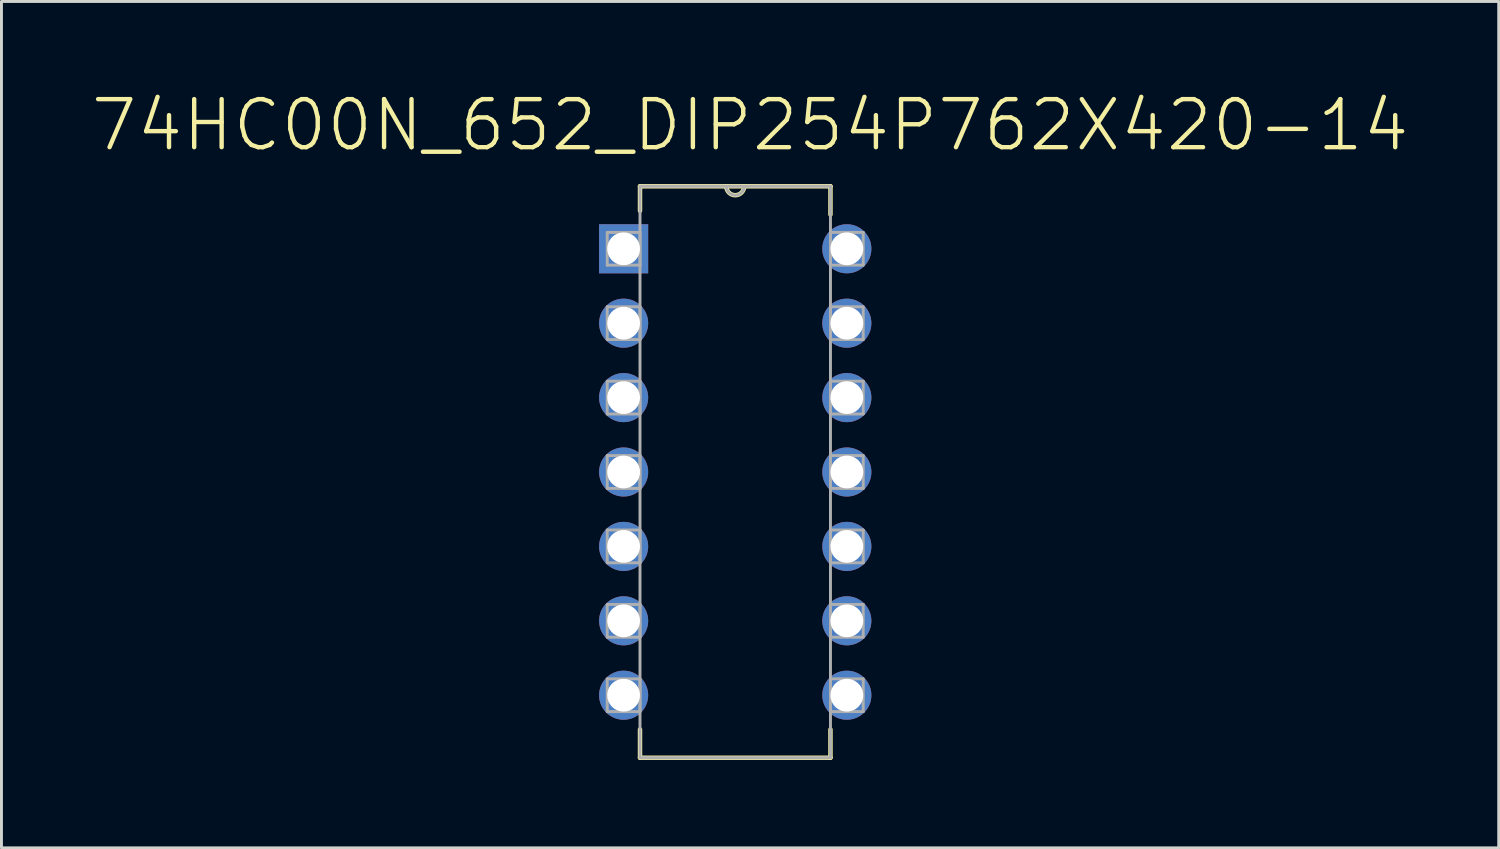
<source format=kicad_pcb>
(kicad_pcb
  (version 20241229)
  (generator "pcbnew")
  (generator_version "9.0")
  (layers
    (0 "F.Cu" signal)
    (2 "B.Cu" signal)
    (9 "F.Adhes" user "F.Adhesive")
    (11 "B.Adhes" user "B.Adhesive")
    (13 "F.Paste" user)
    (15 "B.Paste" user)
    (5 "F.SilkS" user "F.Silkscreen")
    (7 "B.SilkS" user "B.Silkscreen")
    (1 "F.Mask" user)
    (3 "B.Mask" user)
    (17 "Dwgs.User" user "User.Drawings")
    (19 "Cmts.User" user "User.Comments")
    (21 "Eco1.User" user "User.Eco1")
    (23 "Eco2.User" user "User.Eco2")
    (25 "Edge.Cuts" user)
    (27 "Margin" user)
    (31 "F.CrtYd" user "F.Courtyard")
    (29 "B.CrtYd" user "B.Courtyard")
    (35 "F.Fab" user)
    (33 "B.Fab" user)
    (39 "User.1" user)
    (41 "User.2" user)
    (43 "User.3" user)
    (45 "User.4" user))
  (footprint "74HC00N_652_DIP254P762X420-14"
    (layer "F.Cu")
    (at 25.859 20.683)
    (property "Reference" "74HC00N_652_DIP254P762X420-14" (at -3.303 -19.46 0) (layer "F.SilkS") (effects (font (size 1.64 1.64) (thickness 0.15))))
    (attr through_hole)
    (fp_line (start -7.061 -17.374) (end -7.061 -16.535) (stroke (width 0.152) (type solid)) (layer "F.SilkS"))
    (fp_line (start -7.061 1.168) (end -7.061 2.134) (stroke (width 0.152) (type solid)) (layer "F.SilkS"))
    (fp_line (start -7.061 2.134) (end -0.559 2.134) (stroke (width 0.152) (type solid)) (layer "F.SilkS"))
    (fp_line (start -4.115 -17.374) (end -7.061 -17.374) (stroke (width 0.152) (type solid)) (layer "F.SilkS"))
    (fp_line (start -3.505 -17.374) (end -4.115 -17.374) (stroke (width 0.152) (type solid)) (layer "F.SilkS"))
    (fp_line (start -0.559 -17.374) (end -3.505 -17.374) (stroke (width 0.152) (type solid)) (layer "F.SilkS"))
    (fp_line (start -0.559 -16.408) (end -0.559 -17.374) (stroke (width 0.152) (type solid)) (layer "F.SilkS"))
    (fp_line (start -0.559 2.134) (end -0.559 1.168) (stroke (width 0.152) (type solid)) (layer "F.SilkS"))
    (fp_arc (start -3.5052 -17.3736) (mid -3.81 -17.0688) (end -4.1148 -17.3736) (stroke (width 0.1524) (type solid)) (layer "F.SilkS"))
    (fp_line (start -8.179 -15.799) (end -8.179 -14.681) (stroke (width 0.1) (type solid)) (layer "F.Fab"))
    (fp_line (start -8.179 -14.681) (end -7.061 -14.681) (stroke (width 0.1) (type solid)) (layer "F.Fab"))
    (fp_line (start -8.179 -13.259) (end -8.179 -12.141) (stroke (width 0.1) (type solid)) (layer "F.Fab"))
    (fp_line (start -8.179 -12.141) (end -7.061 -12.141) (stroke (width 0.1) (type solid)) (layer "F.Fab"))
    (fp_line (start -8.179 -10.719) (end -8.179 -9.601) (stroke (width 0.1) (type solid)) (layer "F.Fab"))
    (fp_line (start -8.179 -9.601) (end -7.061 -9.601) (stroke (width 0.1) (type solid)) (layer "F.Fab"))
    (fp_line (start -8.179 -8.179) (end -8.179 -7.061) (stroke (width 0.1) (type solid)) (layer "F.Fab"))
    (fp_line (start -8.179 -7.061) (end -7.061 -7.061) (stroke (width 0.1) (type solid)) (layer "F.Fab"))
    (fp_line (start -8.179 -5.639) (end -8.179 -4.521) (stroke (width 0.1) (type solid)) (layer "F.Fab"))
    (fp_line (start -8.179 -4.521) (end -7.061 -4.521) (stroke (width 0.1) (type solid)) (layer "F.Fab"))
    (fp_line (start -8.179 -3.099) (end -8.179 -1.981) (stroke (width 0.1) (type solid)) (layer "F.Fab"))
    (fp_line (start -8.179 -1.981) (end -7.061 -1.981) (stroke (width 0.1) (type solid)) (layer "F.Fab"))
    (fp_line (start -8.179 -0.559) (end -8.179 0.559) (stroke (width 0.1) (type solid)) (layer "F.Fab"))
    (fp_line (start -8.179 0.559) (end -7.061 0.559) (stroke (width 0.1) (type solid)) (layer "F.Fab"))
    (fp_line (start -7.061 -17.374) (end -7.061 2.134) (stroke (width 0.1) (type solid)) (layer "F.Fab"))
    (fp_line (start -7.061 -15.799) (end -8.179 -15.799) (stroke (width 0.1) (type solid)) (layer "F.Fab"))
    (fp_line (start -7.061 -14.681) (end -7.061 -15.799) (stroke (width 0.1) (type solid)) (layer "F.Fab"))
    (fp_line (start -7.061 -13.259) (end -8.179 -13.259) (stroke (width 0.1) (type solid)) (layer "F.Fab"))
    (fp_line (start -7.061 -12.141) (end -7.061 -13.259) (stroke (width 0.1) (type solid)) (layer "F.Fab"))
    (fp_line (start -7.061 -10.719) (end -8.179 -10.719) (stroke (width 0.1) (type solid)) (layer "F.Fab"))
    (fp_line (start -7.061 -9.601) (end -7.061 -10.719) (stroke (width 0.1) (type solid)) (layer "F.Fab"))
    (fp_line (start -7.061 -8.179) (end -8.179 -8.179) (stroke (width 0.1) (type solid)) (layer "F.Fab"))
    (fp_line (start -7.061 -7.061) (end -7.061 -8.179) (stroke (width 0.1) (type solid)) (layer "F.Fab"))
    (fp_line (start -7.061 -5.639) (end -8.179 -5.639) (stroke (width 0.1) (type solid)) (layer "F.Fab"))
    (fp_line (start -7.061 -4.521) (end -7.061 -5.639) (stroke (width 0.1) (type solid)) (layer "F.Fab"))
    (fp_line (start -7.061 -3.099) (end -8.179 -3.099) (stroke (width 0.1) (type solid)) (layer "F.Fab"))
    (fp_line (start -7.061 -1.981) (end -7.061 -3.099) (stroke (width 0.1) (type solid)) (layer "F.Fab"))
    (fp_line (start -7.061 -0.559) (end -8.179 -0.559) (stroke (width 0.1) (type solid)) (layer "F.Fab"))
    (fp_line (start -7.061 0.559) (end -7.061 -0.559) (stroke (width 0.1) (type solid)) (layer "F.Fab"))
    (fp_line (start -7.061 2.134) (end -0.559 2.134) (stroke (width 0.1) (type solid)) (layer "F.Fab"))
    (fp_line (start -4.115 -17.374) (end -7.061 -17.374) (stroke (width 0.1) (type solid)) (layer "F.Fab"))
    (fp_line (start -3.505 -17.374) (end -4.115 -17.374) (stroke (width 0.1) (type solid)) (layer "F.Fab"))
    (fp_line (start -0.559 -17.374) (end -3.505 -17.374) (stroke (width 0.1) (type solid)) (layer "F.Fab"))
    (fp_line (start -0.559 -15.799) (end -0.559 -14.681) (stroke (width 0.1) (type solid)) (layer "F.Fab"))
    (fp_line (start -0.559 -14.681) (end 0.559 -14.681) (stroke (width 0.1) (type solid)) (layer "F.Fab"))
    (fp_line (start -0.559 -13.259) (end -0.559 -12.141) (stroke (width 0.1) (type solid)) (layer "F.Fab"))
    (fp_line (start -0.559 -12.141) (end 0.559 -12.141) (stroke (width 0.1) (type solid)) (layer "F.Fab"))
    (fp_line (start -0.559 -10.719) (end -0.559 -9.601) (stroke (width 0.1) (type solid)) (layer "F.Fab"))
    (fp_line (start -0.559 -9.601) (end 0.559 -9.601) (stroke (width 0.1) (type solid)) (layer "F.Fab"))
    (fp_line (start -0.559 -8.179) (end -0.559 -7.061) (stroke (width 0.1) (type solid)) (layer "F.Fab"))
    (fp_line (start -0.559 -7.061) (end 0.559 -7.061) (stroke (width 0.1) (type solid)) (layer "F.Fab"))
    (fp_line (start -0.559 -5.639) (end -0.559 -4.521) (stroke (width 0.1) (type solid)) (layer "F.Fab"))
    (fp_line (start -0.559 -4.521) (end 0.559 -4.521) (stroke (width 0.1) (type solid)) (layer "F.Fab"))
    (fp_line (start -0.559 -3.099) (end -0.559 -1.981) (stroke (width 0.1) (type solid)) (layer "F.Fab"))
    (fp_line (start -0.559 -1.981) (end 0.559 -1.981) (stroke (width 0.1) (type solid)) (layer "F.Fab"))
    (fp_line (start -0.559 -0.559) (end -0.559 0.559) (stroke (width 0.1) (type solid)) (layer "F.Fab"))
    (fp_line (start -0.559 0.559) (end 0.559 0.559) (stroke (width 0.1) (type solid)) (layer "F.Fab"))
    (fp_line (start -0.559 2.134) (end -0.559 -17.374) (stroke (width 0.1) (type solid)) (layer "F.Fab"))
    (fp_line (start 0.559 -15.799) (end -0.559 -15.799) (stroke (width 0.1) (type solid)) (layer "F.Fab"))
    (fp_line (start 0.559 -14.681) (end 0.559 -15.799) (stroke (width 0.1) (type solid)) (layer "F.Fab"))
    (fp_line (start 0.559 -13.259) (end -0.559 -13.259) (stroke (width 0.1) (type solid)) (layer "F.Fab"))
    (fp_line (start 0.559 -12.141) (end 0.559 -13.259) (stroke (width 0.1) (type solid)) (layer "F.Fab"))
    (fp_line (start 0.559 -10.719) (end -0.559 -10.719) (stroke (width 0.1) (type solid)) (layer "F.Fab"))
    (fp_line (start 0.559 -9.601) (end 0.559 -10.719) (stroke (width 0.1) (type solid)) (layer "F.Fab"))
    (fp_line (start 0.559 -8.179) (end -0.559 -8.179) (stroke (width 0.1) (type solid)) (layer "F.Fab"))
    (fp_line (start 0.559 -7.061) (end 0.559 -8.179) (stroke (width 0.1) (type solid)) (layer "F.Fab"))
    (fp_line (start 0.559 -5.639) (end -0.559 -5.639) (stroke (width 0.1) (type solid)) (layer "F.Fab"))
    (fp_line (start 0.559 -4.521) (end 0.559 -5.639) (stroke (width 0.1) (type solid)) (layer "F.Fab"))
    (fp_line (start 0.559 -3.099) (end -0.559 -3.099) (stroke (width 0.1) (type solid)) (layer "F.Fab"))
    (fp_line (start 0.559 -1.981) (end 0.559 -3.099) (stroke (width 0.1) (type solid)) (layer "F.Fab"))
    (fp_line (start 0.559 -0.559) (end -0.559 -0.559) (stroke (width 0.1) (type solid)) (layer "F.Fab"))
    (fp_line (start 0.559 0.559) (end 0.559 -0.559) (stroke (width 0.1) (type solid)) (layer "F.Fab"))
    (fp_arc (start -3.5052 -17.3736) (mid -3.81 -17.0688) (end -4.1148 -17.3736) (stroke (width 0.1) (type solid)) (layer "F.Fab"))
    (pad "1" thru_hole rect (at -7.62 -15.24) (size 1.676 1.676) (drill 1.118) (layers "*.Cu" "*.Mask"))
    (pad "2" thru_hole circle (at -7.62 -12.7) (size 1.676 1.676) (drill 1.118) (layers "*.Cu" "*.Mask"))
    (pad "3" thru_hole circle (at -7.62 -10.16) (size 1.676 1.676) (drill 1.118) (layers "*.Cu" "*.Mask"))
    (pad "4" thru_hole circle (at -7.62 -7.62) (size 1.676 1.676) (drill 1.118) (layers "*.Cu" "*.Mask"))
    (pad "5" thru_hole circle (at -7.62 -5.08) (size 1.676 1.676) (drill 1.118) (layers "*.Cu" "*.Mask"))
    (pad "6" thru_hole circle (at -7.62 -2.54) (size 1.676 1.676) (drill 1.118) (layers "*.Cu" "*.Mask"))
    (pad "7" thru_hole circle (at -7.62 0) (size 1.676 1.676) (drill 1.118) (layers "*.Cu" "*.Mask"))
    (pad "8" thru_hole circle (at 0 0) (size 1.676 1.676) (drill 1.118) (layers "*.Cu" "*.Mask"))
    (pad "9" thru_hole circle (at 0 -2.54) (size 1.676 1.676) (drill 1.118) (layers "*.Cu" "*.Mask"))
    (pad "10" thru_hole circle (at 0 -5.08) (size 1.676 1.676) (drill 1.118) (layers "*.Cu" "*.Mask"))
    (pad "11" thru_hole circle (at 0 -7.62) (size 1.676 1.676) (drill 1.118) (layers "*.Cu" "*.Mask"))
    (pad "12" thru_hole circle (at 0 -10.16) (size 1.676 1.676) (drill 1.118) (layers "*.Cu" "*.Mask"))
    (pad "13" thru_hole circle (at 0 -12.7) (size 1.676 1.676) (drill 1.118) (layers "*.Cu" "*.Mask"))
    (pad "14" thru_hole circle (at 0 -15.24) (size 1.676 1.676) (drill 1.118) (layers "*.Cu" "*.Mask")))
  (gr_rect
    (start -3 -3)
    (end 48.113 25.893)
    (stroke (width 0.1) (type default))
    (fill no)
    (layer "Edge.Cuts")))
</source>
